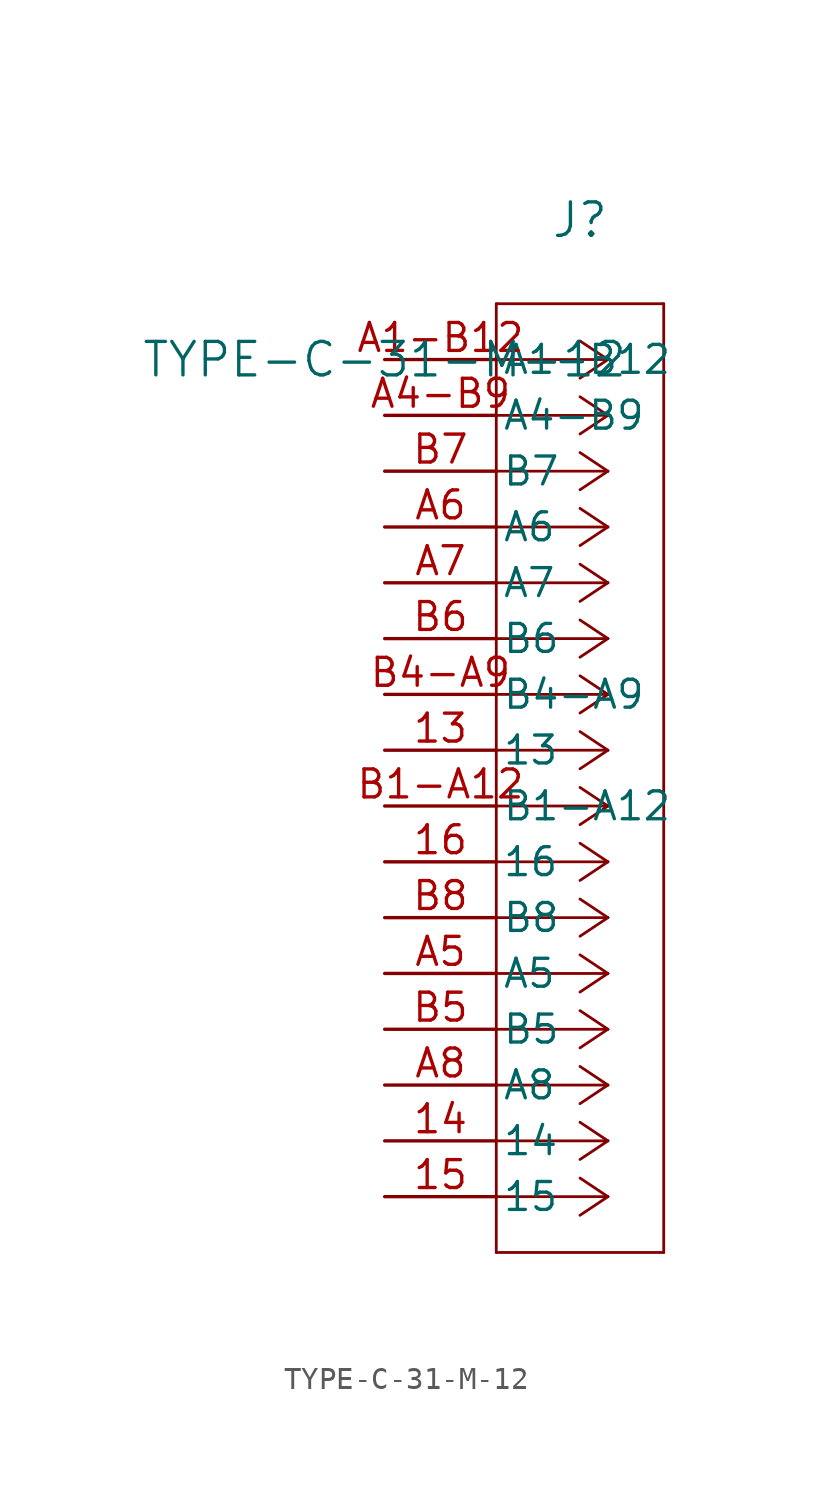
<source format=kicad_sym>
(kicad_symbol_lib
  (version 20211014)
  (generator kicad_symbol_editor)
  (symbol "TYPE-C-31-M-12"
    (pin_names
      (offset 0.254))
    (property "Reference" "J"
      (at 8.89 6.35 0)
      (effects (font (size 1.524 1.524))))
    (property "Value" "TYPE-C-31-M-12"
      (at 0 0 0)
      (effects (font (size 1.524 1.524))))
    (symbol "TYPE-C-31-M-12_0_1"
      (polyline (pts (xy 10.16 0) (xy 5.08 0)) (stroke (width 0.127) (type default) (color 0 0 0 0)) (fill (type none)))
      (polyline (pts (xy 10.16 -2.54) (xy 5.08 -2.54)) (stroke (width 0.127) (type default) (color 0 0 0 0)) (fill (type none)))
      (polyline (pts (xy 10.16 -5.08) (xy 5.08 -5.08)) (stroke (width 0.127) (type default) (color 0 0 0 0)) (fill (type none)))
      (polyline (pts (xy 10.16 -7.62) (xy 5.08 -7.62)) (stroke (width 0.127) (type default) (color 0 0 0 0)) (fill (type none)))
      (polyline (pts (xy 10.16 -10.16) (xy 5.08 -10.16)) (stroke (width 0.127) (type default) (color 0 0 0 0)) (fill (type none)))
      (polyline (pts (xy 10.16 -12.7) (xy 5.08 -12.7)) (stroke (width 0.127) (type default) (color 0 0 0 0)) (fill (type none)))
      (polyline (pts (xy 10.16 -15.24) (xy 5.08 -15.24)) (stroke (width 0.127) (type default) (color 0 0 0 0)) (fill (type none)))
      (polyline (pts (xy 10.16 -17.78) (xy 5.08 -17.78)) (stroke (width 0.127) (type default) (color 0 0 0 0)) (fill (type none)))
      (polyline (pts (xy 10.16 -20.32) (xy 5.08 -20.32)) (stroke (width 0.127) (type default) (color 0 0 0 0)) (fill (type none)))
      (polyline (pts (xy 10.16 -22.86) (xy 5.08 -22.86)) (stroke (width 0.127) (type default) (color 0 0 0 0)) (fill (type none)))
      (polyline (pts (xy 10.16 -25.4) (xy 5.08 -25.4)) (stroke (width 0.127) (type default) (color 0 0 0 0)) (fill (type none)))
      (polyline (pts (xy 10.16 -27.94) (xy 5.08 -27.94)) (stroke (width 0.127) (type default) (color 0 0 0 0)) (fill (type none)))
      (polyline (pts (xy 10.16 -30.48) (xy 5.08 -30.48)) (stroke (width 0.127) (type default) (color 0 0 0 0)) (fill (type none)))
      (polyline (pts (xy 10.16 -33.02) (xy 5.08 -33.02)) (stroke (width 0.127) (type default) (color 0 0 0 0)) (fill (type none)))
      (polyline (pts (xy 10.16 -35.56) (xy 5.08 -35.56)) (stroke (width 0.127) (type default) (color 0 0 0 0)) (fill (type none)))
      (polyline (pts (xy 10.16 -38.1) (xy 5.08 -38.1)) (stroke (width 0.127) (type default) (color 0 0 0 0)) (fill (type none)))
      (polyline (pts (xy 10.16 0) (xy 8.89 0.847)) (stroke (width 0.127) (type default) (color 0 0 0 0)) (fill (type none)))
      (polyline (pts (xy 10.16 -2.54) (xy 8.89 -1.693)) (stroke (width 0.127) (type default) (color 0 0 0 0)) (fill (type none)))
      (polyline (pts (xy 10.16 -5.08) (xy 8.89 -4.233)) (stroke (width 0.127) (type default) (color 0 0 0 0)) (fill (type none)))
      (polyline (pts (xy 10.16 -7.62) (xy 8.89 -6.773)) (stroke (width 0.127) (type default) (color 0 0 0 0)) (fill (type none)))
      (polyline (pts (xy 10.16 -10.16) (xy 8.89 -9.313)) (stroke (width 0.127) (type default) (color 0 0 0 0)) (fill (type none)))
      (polyline (pts (xy 10.16 -12.7) (xy 8.89 -11.853)) (stroke (width 0.127) (type default) (color 0 0 0 0)) (fill (type none)))
      (polyline (pts (xy 10.16 -15.24) (xy 8.89 -14.393)) (stroke (width 0.127) (type default) (color 0 0 0 0)) (fill (type none)))
      (polyline (pts (xy 10.16 -17.78) (xy 8.89 -16.933)) (stroke (width 0.127) (type default) (color 0 0 0 0)) (fill (type none)))
      (polyline (pts (xy 10.16 -20.32) (xy 8.89 -19.473)) (stroke (width 0.127) (type default) (color 0 0 0 0)) (fill (type none)))
      (polyline (pts (xy 10.16 -22.86) (xy 8.89 -22.013)) (stroke (width 0.127) (type default) (color 0 0 0 0)) (fill (type none)))
      (polyline (pts (xy 10.16 -25.4) (xy 8.89 -24.553)) (stroke (width 0.127) (type default) (color 0 0 0 0)) (fill (type none)))
      (polyline (pts (xy 10.16 -27.94) (xy 8.89 -27.093)) (stroke (width 0.127) (type default) (color 0 0 0 0)) (fill (type none)))
      (polyline (pts (xy 10.16 -30.48) (xy 8.89 -29.633)) (stroke (width 0.127) (type default) (color 0 0 0 0)) (fill (type none)))
      (polyline (pts (xy 10.16 -33.02) (xy 8.89 -32.173)) (stroke (width 0.127) (type default) (color 0 0 0 0)) (fill (type none)))
      (polyline (pts (xy 10.16 -35.56) (xy 8.89 -34.713)) (stroke (width 0.127) (type default) (color 0 0 0 0)) (fill (type none)))
      (polyline (pts (xy 10.16 -38.1) (xy 8.89 -37.253)) (stroke (width 0.127) (type default) (color 0 0 0 0)) (fill (type none)))
      (polyline (pts (xy 10.16 0) (xy 8.89 -0.847)) (stroke (width 0.127) (type default) (color 0 0 0 0)) (fill (type none)))
      (polyline (pts (xy 10.16 -2.54) (xy 8.89 -3.387)) (stroke (width 0.127) (type default) (color 0 0 0 0)) (fill (type none)))
      (polyline (pts (xy 10.16 -5.08) (xy 8.89 -5.927)) (stroke (width 0.127) (type default) (color 0 0 0 0)) (fill (type none)))
      (polyline (pts (xy 10.16 -7.62) (xy 8.89 -8.467)) (stroke (width 0.127) (type default) (color 0 0 0 0)) (fill (type none)))
      (polyline (pts (xy 10.16 -10.16) (xy 8.89 -11.007)) (stroke (width 0.127) (type default) (color 0 0 0 0)) (fill (type none)))
      (polyline (pts (xy 10.16 -12.7) (xy 8.89 -13.547)) (stroke (width 0.127) (type default) (color 0 0 0 0)) (fill (type none)))
      (polyline (pts (xy 10.16 -15.24) (xy 8.89 -16.087)) (stroke (width 0.127) (type default) (color 0 0 0 0)) (fill (type none)))
      (polyline (pts (xy 10.16 -17.78) (xy 8.89 -18.627)) (stroke (width 0.127) (type default) (color 0 0 0 0)) (fill (type none)))
      (polyline (pts (xy 10.16 -20.32) (xy 8.89 -21.167)) (stroke (width 0.127) (type default) (color 0 0 0 0)) (fill (type none)))
      (polyline (pts (xy 10.16 -22.86) (xy 8.89 -23.707)) (stroke (width 0.127) (type default) (color 0 0 0 0)) (fill (type none)))
      (polyline (pts (xy 10.16 -25.4) (xy 8.89 -26.247)) (stroke (width 0.127) (type default) (color 0 0 0 0)) (fill (type none)))
      (polyline (pts (xy 10.16 -27.94) (xy 8.89 -28.787)) (stroke (width 0.127) (type default) (color 0 0 0 0)) (fill (type none)))
      (polyline (pts (xy 10.16 -30.48) (xy 8.89 -31.327)) (stroke (width 0.127) (type default) (color 0 0 0 0)) (fill (type none)))
      (polyline (pts (xy 10.16 -33.02) (xy 8.89 -33.867)) (stroke (width 0.127) (type default) (color 0 0 0 0)) (fill (type none)))
      (polyline (pts (xy 10.16 -35.56) (xy 8.89 -36.407)) (stroke (width 0.127) (type default) (color 0 0 0 0)) (fill (type none)))
      (polyline (pts (xy 10.16 -38.1) (xy 8.89 -38.947)) (stroke (width 0.127) (type default) (color 0 0 0 0)) (fill (type none)))
      (polyline (pts (xy 5.08 2.54) (xy 5.08 -40.64)) (stroke (width 0.127) (type default) (color 0 0 0 0)) (fill (type none)))
      (polyline (pts (xy 5.08 -40.64) (xy 12.7 -40.64)) (stroke (width 0.127) (type default) (color 0 0 0 0)) (fill (type none)))
      (polyline (pts (xy 12.7 -40.64) (xy 12.7 2.54)) (stroke (width 0.127) (type default) (color 0 0 0 0)) (fill (type none)))
      (polyline (pts (xy 12.7 2.54) (xy 5.08 2.54)) (stroke (width 0.127) (type default) (color 0 0 0 0)) (fill (type none)))
      (pin unspecified line (at 0 0 0) (length 5.08) (name "A1-B12" (effects (font (size 1.27 1.27)))) (number "A1-B12" (effects (font (size 1.27 1.27)))))
      (pin unspecified line (at 0 -2.54 0) (length 5.08) (name "A4-B9" (effects (font (size 1.27 1.27)))) (number "A4-B9" (effects (font (size 1.27 1.27)))))
      (pin unspecified line (at 0 -5.08 0) (length 5.08) (name "B7" (effects (font (size 1.27 1.27)))) (number "B7" (effects (font (size 1.27 1.27)))))
      (pin unspecified line (at 0 -7.62 0) (length 5.08) (name "A6" (effects (font (size 1.27 1.27)))) (number "A6" (effects (font (size 1.27 1.27)))))
      (pin unspecified line (at 0 -10.16 0) (length 5.08) (name "A7" (effects (font (size 1.27 1.27)))) (number "A7" (effects (font (size 1.27 1.27)))))
      (pin unspecified line (at 0 -12.7 0) (length 5.08) (name "B6" (effects (font (size 1.27 1.27)))) (number "B6" (effects (font (size 1.27 1.27)))))
      (pin unspecified line (at 0 -15.24 0) (length 5.08) (name "B4-A9" (effects (font (size 1.27 1.27)))) (number "B4-A9" (effects (font (size 1.27 1.27)))))
      (pin unspecified line (at 0 -17.78 0) (length 5.08) (name "13" (effects (font (size 1.27 1.27)))) (number "13" (effects (font (size 1.27 1.27)))))
      (pin unspecified line (at 0 -20.32 0) (length 5.08) (name "B1-A12" (effects (font (size 1.27 1.27)))) (number "B1-A12" (effects (font (size 1.27 1.27)))))
      (pin unspecified line (at 0 -22.86 0) (length 5.08) (name "16" (effects (font (size 1.27 1.27)))) (number "16" (effects (font (size 1.27 1.27)))))
      (pin unspecified line (at 0 -25.4 0) (length 5.08) (name "B8" (effects (font (size 1.27 1.27)))) (number "B8" (effects (font (size 1.27 1.27)))))
      (pin unspecified line (at 0 -27.94 0) (length 5.08) (name "A5" (effects (font (size 1.27 1.27)))) (number "A5" (effects (font (size 1.27 1.27)))))
      (pin unspecified line (at 0 -30.48 0) (length 5.08) (name "B5" (effects (font (size 1.27 1.27)))) (number "B5" (effects (font (size 1.27 1.27)))))
      (pin unspecified line (at 0 -33.02 0) (length 5.08) (name "A8" (effects (font (size 1.27 1.27)))) (number "A8" (effects (font (size 1.27 1.27)))))
      (pin unspecified line (at 0 -35.56 0) (length 5.08) (name "14" (effects (font (size 1.27 1.27)))) (number "14" (effects (font (size 1.27 1.27)))))
      (pin unspecified line (at 0 -38.1 0) (length 5.08) (name "15" (effects (font (size 1.27 1.27)))) (number "15" (effects (font (size 1.27 1.27))))))))
</source>
